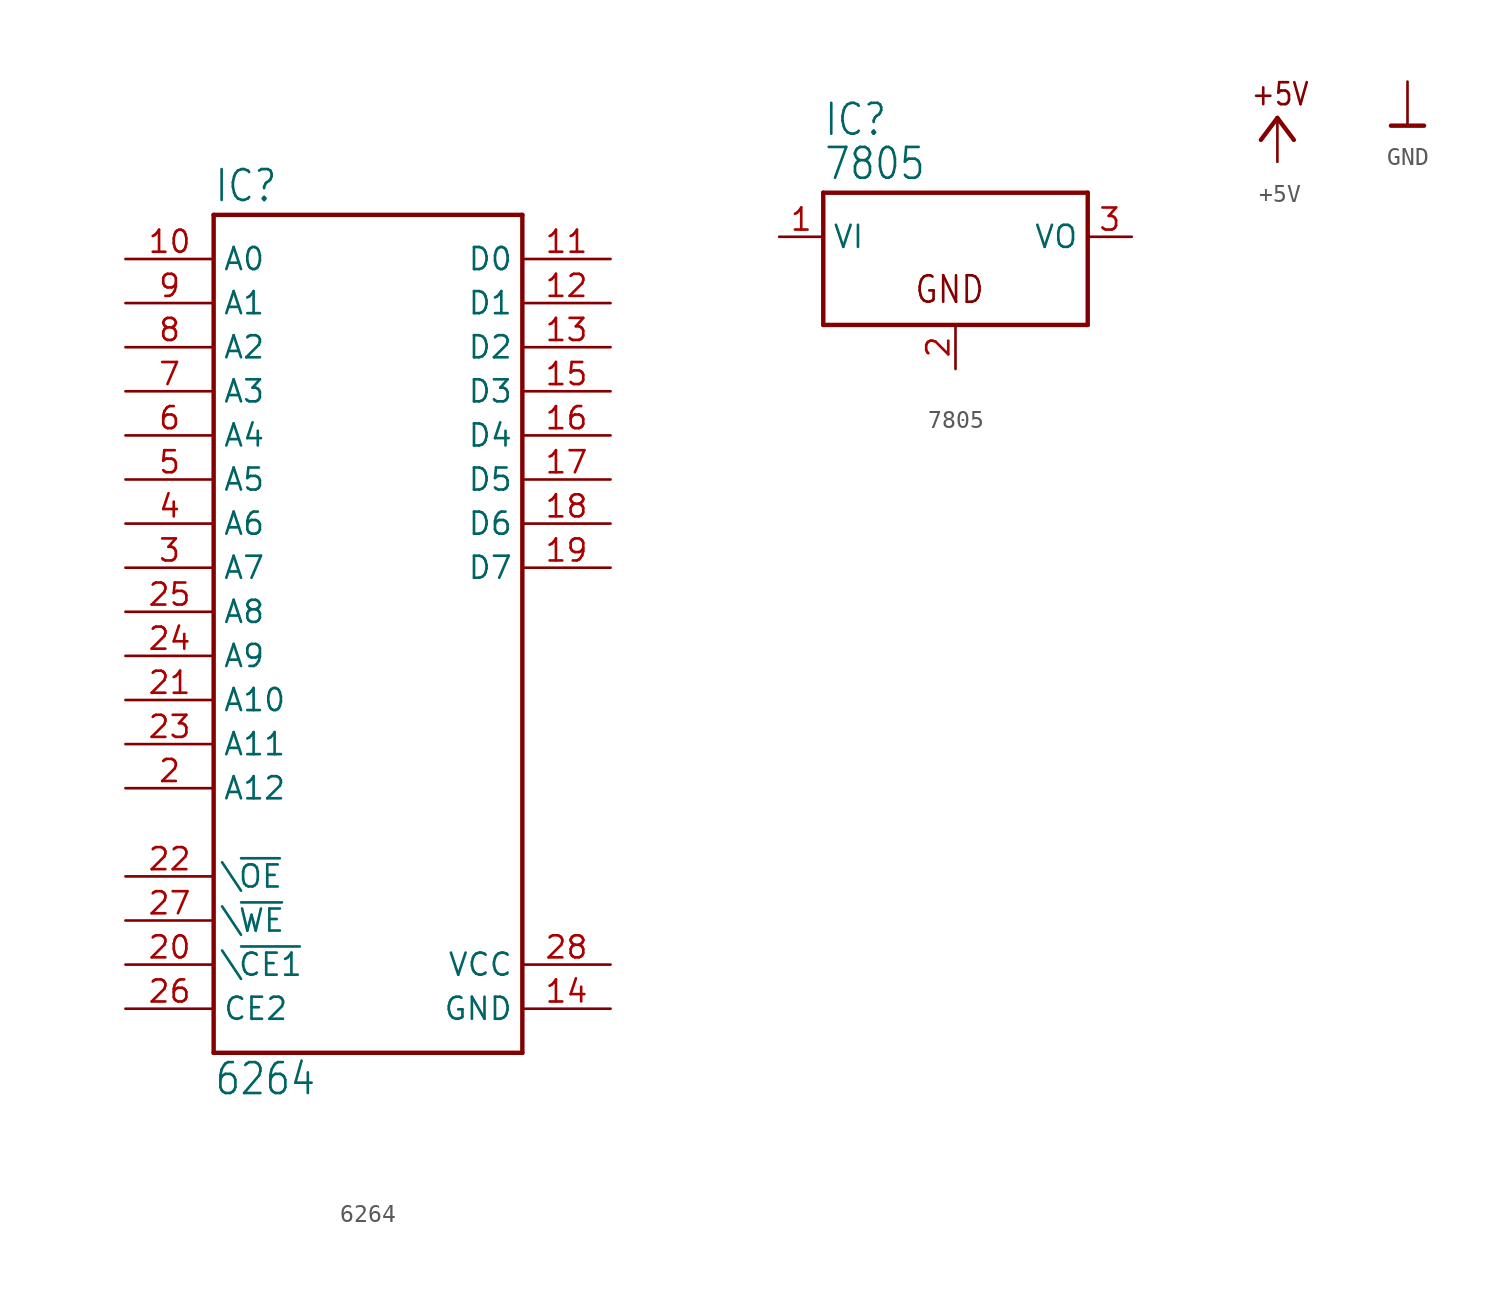
<source format=kicad_sym>
(kicad_symbol_lib
  (version 20211014)
  (generator kicad_symbol_editor)
  (symbol "6264"
    (property "Reference" "IC"
      (at -7.62 23.495 0)
      (effects (font (size 1.778 1.511)) (justify left bottom)))
    (property "Value" "6264"
      (at -7.62 -27.94 0)
      (effects (font (size 1.778 1.511)) (justify left bottom)))
    (property "ki_locked" ""
      (at 0 0 0)
      (effects (font (size 1.27 1.27))))
    (symbol "6264_1_0"
      (polyline (pts (xy -7.62 -25.4) (xy -7.62 22.86)) (stroke (width 0.254) (type default) (color 0 0 0 0)) (fill (type none)))
      (polyline (pts (xy -7.62 22.86) (xy 10.16 22.86)) (stroke (width 0.254) (type default) (color 0 0 0 0)) (fill (type none)))
      (polyline (pts (xy 10.16 -25.4) (xy -7.62 -25.4)) (stroke (width 0.254) (type default) (color 0 0 0 0)) (fill (type none)))
      (polyline (pts (xy 10.16 22.86) (xy 10.16 -25.4)) (stroke (width 0.254) (type default) (color 0 0 0 0)) (fill (type none)))
      (pin input line (at -12.7 20.32 0) (length 5.08) (name "A0" (effects (font (size 1.27 1.27)))) (number "10" (effects (font (size 1.27 1.27)))))
      (pin tri_state line (at 15.24 20.32 180) (length 5.08) (name "D0" (effects (font (size 1.27 1.27)))) (number "11" (effects (font (size 1.27 1.27)))))
      (pin tri_state line (at 15.24 17.78 180) (length 5.08) (name "D1" (effects (font (size 1.27 1.27)))) (number "12" (effects (font (size 1.27 1.27)))))
      (pin tri_state line (at 15.24 15.24 180) (length 5.08) (name "D2" (effects (font (size 1.27 1.27)))) (number "13" (effects (font (size 1.27 1.27)))))
      (pin power_in line (at 15.24 -22.86 180) (length 5.08) (name "GND" (effects (font (size 1.27 1.27)))) (number "14" (effects (font (size 1.27 1.27)))))
      (pin tri_state line (at 15.24 12.7 180) (length 5.08) (name "D3" (effects (font (size 1.27 1.27)))) (number "15" (effects (font (size 1.27 1.27)))))
      (pin tri_state line (at 15.24 10.16 180) (length 5.08) (name "D4" (effects (font (size 1.27 1.27)))) (number "16" (effects (font (size 1.27 1.27)))))
      (pin tri_state line (at 15.24 7.62 180) (length 5.08) (name "D5" (effects (font (size 1.27 1.27)))) (number "17" (effects (font (size 1.27 1.27)))))
      (pin tri_state line (at 15.24 5.08 180) (length 5.08) (name "D6" (effects (font (size 1.27 1.27)))) (number "18" (effects (font (size 1.27 1.27)))))
      (pin tri_state line (at 15.24 2.54 180) (length 5.08) (name "D7" (effects (font (size 1.27 1.27)))) (number "19" (effects (font (size 1.27 1.27)))))
      (pin input line (at -12.7 -10.16 0) (length 5.08) (name "A12" (effects (font (size 1.27 1.27)))) (number "2" (effects (font (size 1.27 1.27)))))
      (pin input line (at -12.7 -20.32 0) (length 5.08) (name "\\~{CE1}" (effects (font (size 1.27 1.27)))) (number "20" (effects (font (size 1.27 1.27)))))
      (pin input line (at -12.7 -5.08 0) (length 5.08) (name "A10" (effects (font (size 1.27 1.27)))) (number "21" (effects (font (size 1.27 1.27)))))
      (pin input line (at -12.7 -15.24 0) (length 5.08) (name "\\~{OE}" (effects (font (size 1.27 1.27)))) (number "22" (effects (font (size 1.27 1.27)))))
      (pin input line (at -12.7 -7.62 0) (length 5.08) (name "A11" (effects (font (size 1.27 1.27)))) (number "23" (effects (font (size 1.27 1.27)))))
      (pin input line (at -12.7 -2.54 0) (length 5.08) (name "A9" (effects (font (size 1.27 1.27)))) (number "24" (effects (font (size 1.27 1.27)))))
      (pin input line (at -12.7 0 0) (length 5.08) (name "A8" (effects (font (size 1.27 1.27)))) (number "25" (effects (font (size 1.27 1.27)))))
      (pin input line (at -12.7 -22.86 0) (length 5.08) (name "CE2" (effects (font (size 1.27 1.27)))) (number "26" (effects (font (size 1.27 1.27)))))
      (pin input line (at -12.7 -17.78 0) (length 5.08) (name "\\~{WE}" (effects (font (size 1.27 1.27)))) (number "27" (effects (font (size 1.27 1.27)))))
      (pin power_in line (at 15.24 -20.32 180) (length 5.08) (name "VCC" (effects (font (size 1.27 1.27)))) (number "28" (effects (font (size 1.27 1.27)))))
      (pin input line (at -12.7 2.54 0) (length 5.08) (name "A7" (effects (font (size 1.27 1.27)))) (number "3" (effects (font (size 1.27 1.27)))))
      (pin input line (at -12.7 5.08 0) (length 5.08) (name "A6" (effects (font (size 1.27 1.27)))) (number "4" (effects (font (size 1.27 1.27)))))
      (pin input line (at -12.7 7.62 0) (length 5.08) (name "A5" (effects (font (size 1.27 1.27)))) (number "5" (effects (font (size 1.27 1.27)))))
      (pin input line (at -12.7 10.16 0) (length 5.08) (name "A4" (effects (font (size 1.27 1.27)))) (number "6" (effects (font (size 1.27 1.27)))))
      (pin input line (at -12.7 12.7 0) (length 5.08) (name "A3" (effects (font (size 1.27 1.27)))) (number "7" (effects (font (size 1.27 1.27)))))
      (pin input line (at -12.7 15.24 0) (length 5.08) (name "A2" (effects (font (size 1.27 1.27)))) (number "8" (effects (font (size 1.27 1.27)))))
      (pin input line (at -12.7 17.78 0) (length 5.08) (name "A1" (effects (font (size 1.27 1.27)))) (number "9" (effects (font (size 1.27 1.27)))))))
  (symbol "7805"
    (property "Reference" "IC"
      (at -7.62 5.715 0)
      (effects (font (size 1.778 1.511)) (justify left bottom)))
    (property "Value" "7805"
      (at -7.62 3.175 0)
      (effects (font (size 1.778 1.511)) (justify left bottom)))
    (property "ki_locked" ""
      (at 0 0 0)
      (effects (font (size 1.27 1.27))))
    (symbol "7805_1_0"
      (polyline (pts (xy -7.62 -5.08) (xy -7.62 2.54)) (stroke (width 0.254) (type default) (color 0 0 0 0)) (fill (type none)))
      (polyline (pts (xy -7.62 2.54) (xy 7.62 2.54)) (stroke (width 0.254) (type default) (color 0 0 0 0)) (fill (type none)))
      (polyline (pts (xy 7.62 -5.08) (xy -7.62 -5.08)) (stroke (width 0.254) (type default) (color 0 0 0 0)) (fill (type none)))
      (polyline (pts (xy 7.62 2.54) (xy 7.62 -5.08)) (stroke (width 0.254) (type default) (color 0 0 0 0)) (fill (type none)))
      (text "GND" (at -2.413 -3.937 0) (effects (font (size 1.524 1.295)) (justify left bottom)))
      (pin input line (at -10.16 0 0) (length 2.54) (name "VI" (effects (font (size 1.27 1.27)))) (number "1" (effects (font (size 1.27 1.27)))))
      (pin passive line (at 0 -7.62 90) (length 2.54) (name "GND" (effects (font (size 0 0)))) (number "2" (effects (font (size 1.27 1.27)))))
      (pin passive line (at 10.16 0 180) (length 2.54) (name "VO" (effects (font (size 1.27 1.27)))) (number "3" (effects (font (size 1.27 1.27)))))))
  (symbol "+5V"
    (power)
    (property "Reference" ""
      (at 0 0 0)
      (effects (font (size 1.27 1.27)) hide))
    (property "ki_locked" ""
      (at 0 0 0)
      (effects (font (size 1.27 1.27))))
    (symbol "+5V_1_0"
      (polyline (pts (xy 0 2.54) (xy -0.953 1.27)) (stroke (width 0.254) (type default) (color 0 0 0 0)) (fill (type none)))
      (polyline (pts (xy 0.953 1.27) (xy 0 2.54)) (stroke (width 0.254) (type default) (color 0 0 0 0)) (fill (type none)))
      (text "+5V" (at -1.587 3.175 0) (effects (font (size 1.27 1.079)) (justify left bottom)))
      (pin power_in line (at 0 0 90) (length 2.54) (name "+5V" (effects (font (size 0 0)))) (number "1" (effects (font (size 0 0)))))))
  (symbol "GND"
    (power)
    (property "Reference" ""
      (at 0 0 0)
      (effects (font (size 1.27 1.27)) hide))
    (property "ki_locked" ""
      (at 0 0 0)
      (effects (font (size 1.27 1.27))))
    (symbol "GND_1_0"
      (polyline (pts (xy -0.953 -2.54) (xy 0.953 -2.54)) (stroke (width 0.254) (type default) (color 0 0 0 0)) (fill (type none)))
      (pin power_in line (at 0 0 270) (length 2.54) (name "GND" (effects (font (size 0 0)))) (number "1" (effects (font (size 0 0))))))))
</source>
